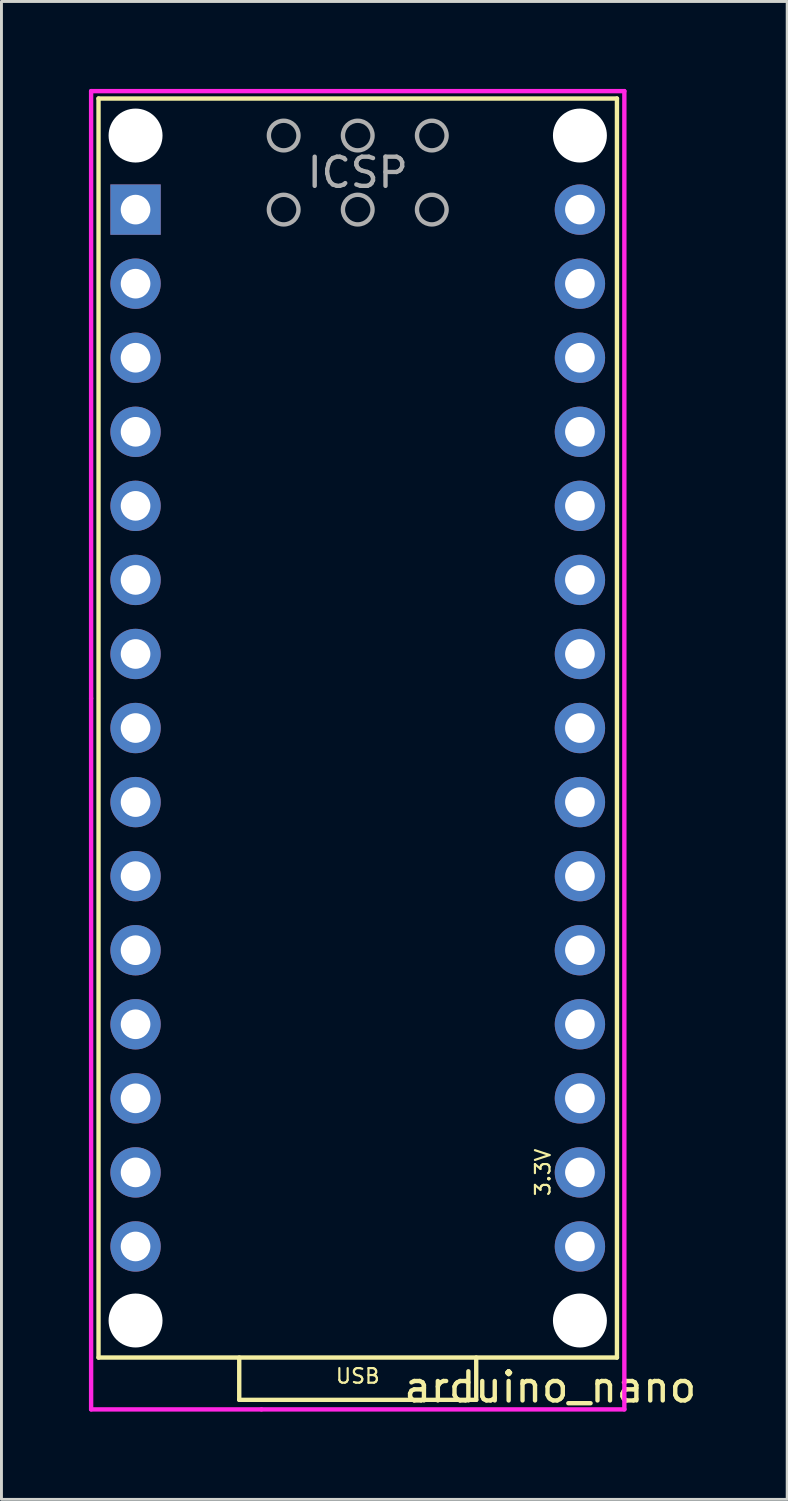
<source format=kicad_pcb>
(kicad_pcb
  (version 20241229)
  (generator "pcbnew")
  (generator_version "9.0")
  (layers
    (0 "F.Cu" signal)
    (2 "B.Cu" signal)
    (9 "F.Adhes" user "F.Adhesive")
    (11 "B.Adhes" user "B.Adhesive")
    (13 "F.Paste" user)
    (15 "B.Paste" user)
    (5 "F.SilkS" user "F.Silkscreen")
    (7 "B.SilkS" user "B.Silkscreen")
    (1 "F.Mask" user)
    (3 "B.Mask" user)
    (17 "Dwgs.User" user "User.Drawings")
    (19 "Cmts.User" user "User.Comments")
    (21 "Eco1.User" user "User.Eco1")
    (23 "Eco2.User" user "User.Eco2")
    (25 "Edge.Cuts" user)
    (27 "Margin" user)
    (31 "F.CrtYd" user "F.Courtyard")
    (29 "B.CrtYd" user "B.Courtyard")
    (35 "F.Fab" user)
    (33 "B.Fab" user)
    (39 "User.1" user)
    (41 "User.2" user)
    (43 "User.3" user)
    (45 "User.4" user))
  (footprint "arduino_nano"
    (layer "F.Cu")
    (at 9.219 43.509)
    (property "Reference" "arduino_nano" (at 6.604 1.016 0) (layer "F.SilkS") (effects (font (size 1 1) (thickness 0.15))))
    (attr through_hole)
    (fp_line (start -8.89 -43.18) (end -8.89 0) (stroke (width 0.15) (type solid)) (layer "F.SilkS"))
    (fp_line (start -8.89 -43.18) (end 8.89 -43.18) (stroke (width 0.15) (type solid)) (layer "F.SilkS"))
    (fp_line (start -8.89 0) (end 8.89 0) (stroke (width 0.15) (type solid)) (layer "F.SilkS"))
    (fp_line (start -4.064 0) (end -4.064 1.45) (stroke (width 0.15) (type solid)) (layer "F.SilkS"))
    (fp_line (start -4.064 1.45) (end 4.064 1.45) (stroke (width 0.15) (type solid)) (layer "F.SilkS"))
    (fp_line (start 4.064 1.45) (end 4.064 0) (stroke (width 0.15) (type solid)) (layer "F.SilkS"))
    (fp_line (start 8.89 -43.18) (end 8.89 0) (stroke (width 0.15) (type solid)) (layer "F.SilkS"))
    (fp_line (start -9.144 -43.434) (end 9.144 -43.434) (stroke (width 0.15) (type solid)) (layer "F.CrtYd"))
    (fp_line (start -9.144 -22.606) (end -9.144 -43.434) (stroke (width 0.15) (type solid)) (layer "F.CrtYd"))
    (fp_line (start -9.144 1.778) (end -9.144 -22.606) (stroke (width 0.15) (type solid)) (layer "F.CrtYd"))
    (fp_line (start -3.302 1.778) (end -9.144 1.778) (stroke (width 0.15) (type solid)) (layer "F.CrtYd"))
    (fp_line (start 9.144 -43.434) (end 9.144 1.778) (stroke (width 0.15) (type solid)) (layer "F.CrtYd"))
    (fp_line (start 9.144 1.778) (end -3.302 1.778) (stroke (width 0.15) (type solid)) (layer "F.CrtYd"))
    (fp_circle (center -2.54 -41.91) (end -2.032 -41.91) (stroke (width 0.15) (type solid)) (fill no) (layer "F.Fab"))
    (fp_circle (center -2.54 -39.37) (end -2.032 -39.37) (stroke (width 0.15) (type solid)) (fill no) (layer "F.Fab"))
    (fp_circle (center 0 -41.91) (end 0.508 -41.91) (stroke (width 0.15) (type solid)) (fill no) (layer "F.Fab"))
    (fp_circle (center 0 -39.37) (end 0.508 -39.37) (stroke (width 0.15) (type solid)) (fill no) (layer "F.Fab"))
    (fp_circle (center 2.54 -41.91) (end 3.048 -41.91) (stroke (width 0.15) (type solid)) (fill no) (layer "F.Fab"))
    (fp_circle (center 2.54 -39.37) (end 3.048 -39.37) (stroke (width 0.15) (type solid)) (fill no) (layer "F.Fab"))
    (fp_text user "3.3V" (at 6.35 -6.35 90) (layer "F.SilkS") (effects (font (size 0.5 0.5) (thickness 0.075))))
    (fp_text user "USB" (at 0 0.635 0) (layer "F.SilkS") (effects (font (size 0.5 0.5) (thickness 0.075))))
    (fp_text user "ICSP" (at 0 -40.64 0) (layer "F.Fab") (effects (font (size 1 1) (thickness 0.15))))
    (pad "" np_thru_hole circle (at -7.62 -41.91) (size 1.85 1.85) (drill 1.85) (layers "*.Cu" "*.Mask"))
    (pad "" np_thru_hole circle (at -7.62 -1.27) (size 1.85 1.85) (drill 1.85) (layers "*.Cu" "*.Mask"))
    (pad "" np_thru_hole circle (at 7.62 -41.91) (size 1.85 1.85) (drill 1.85) (layers "*.Cu" "*.Mask"))
    (pad "" np_thru_hole circle (at 7.62 -1.27) (size 1.85 1.85) (drill 1.85) (layers "*.Cu" "*.Mask"))
    (pad "3V3" thru_hole circle (at 7.62 -6.35) (size 1.727 1.727) (drill 1.016) (layers "*.Cu" "*.Mask"))
    (pad "5V" thru_hole circle (at 7.62 -31.75) (size 1.727 1.727) (drill 1.016) (layers "*.Cu" "*.Mask"))
    (pad "A0" thru_hole circle (at 7.62 -11.43) (size 1.727 1.727) (drill 1.016) (layers "*.Cu" "*.Mask"))
    (pad "A1" thru_hole circle (at 7.62 -13.97) (size 1.727 1.727) (drill 1.016) (layers "*.Cu" "*.Mask"))
    (pad "A2" thru_hole circle (at 7.62 -16.51) (size 1.727 1.727) (drill 1.016) (layers "*.Cu" "*.Mask"))
    (pad "A3" thru_hole circle (at 7.62 -19.05) (size 1.727 1.727) (drill 1.016) (layers "*.Cu" "*.Mask"))
    (pad "A4" thru_hole circle (at 7.62 -21.59) (size 1.727 1.727) (drill 1.016) (layers "*.Cu" "*.Mask"))
    (pad "A5" thru_hole circle (at 7.62 -24.13) (size 1.727 1.727) (drill 1.016) (layers "*.Cu" "*.Mask"))
    (pad "A6" thru_hole circle (at 7.62 -26.67) (size 1.727 1.727) (drill 1.016) (layers "*.Cu" "*.Mask"))
    (pad "A7" thru_hole circle (at 7.62 -29.21) (size 1.727 1.727) (drill 1.016) (layers "*.Cu" "*.Mask"))
    (pad "AREF" thru_hole circle (at 7.62 -8.89) (size 1.727 1.727) (drill 1.016) (layers "*.Cu" "*.Mask"))
    (pad "D0" thru_hole circle (at -7.62 -36.83) (size 1.727 1.727) (drill 1.016) (layers "*.Cu" "*.Mask"))
    (pad "D1" thru_hole rect (at -7.62 -39.37) (size 1.727 1.727) (drill 1.016) (layers "*.Cu" "*.Mask"))
    (pad "D2" thru_hole circle (at -7.62 -29.21) (size 1.727 1.727) (drill 1.016) (layers "*.Cu" "*.Mask"))
    (pad "D3" thru_hole circle (at -7.62 -26.67) (size 1.727 1.727) (drill 1.016) (layers "*.Cu" "*.Mask"))
    (pad "D4" thru_hole circle (at -7.62 -24.13) (size 1.727 1.727) (drill 1.016) (layers "*.Cu" "*.Mask"))
    (pad "D5" thru_hole circle (at -7.62 -21.59) (size 1.727 1.727) (drill 1.016) (layers "*.Cu" "*.Mask"))
    (pad "D6" thru_hole circle (at -7.62 -19.05) (size 1.727 1.727) (drill 1.016) (layers "*.Cu" "*.Mask"))
    (pad "D7" thru_hole circle (at -7.62 -16.51) (size 1.727 1.727) (drill 1.016) (layers "*.Cu" "*.Mask"))
    (pad "D8" thru_hole circle (at -7.62 -13.97) (size 1.727 1.727) (drill 1.016) (layers "*.Cu" "*.Mask"))
    (pad "D9" thru_hole circle (at -7.62 -11.43) (size 1.727 1.727) (drill 1.016) (layers "*.Cu" "*.Mask"))
    (pad "D10" thru_hole circle (at -7.62 -8.89) (size 1.727 1.727) (drill 1.016) (layers "*.Cu" "*.Mask"))
    (pad "D11" thru_hole circle (at -7.62 -6.35) (size 1.727 1.727) (drill 1.016) (layers "*.Cu" "*.Mask"))
    (pad "D12" thru_hole circle (at -7.62 -3.81) (size 1.727 1.727) (drill 1.016) (layers "*.Cu" "*.Mask"))
    (pad "D13" thru_hole circle (at 7.62 -3.81) (size 1.727 1.727) (drill 1.016) (layers "*.Cu" "*.Mask"))
    (pad "GND1" thru_hole circle (at -7.62 -31.75) (size 1.727 1.727) (drill 1.016) (layers "*.Cu" "*.Mask"))
    (pad "GND2" thru_hole circle (at 7.62 -36.83) (size 1.727 1.727) (drill 1.016) (layers "*.Cu" "*.Mask"))
    (pad "RST1" thru_hole circle (at -7.62 -34.29) (size 1.727 1.727) (drill 1.016) (layers "*.Cu" "*.Mask"))
    (pad "RST2" thru_hole circle (at 7.62 -34.29) (size 1.727 1.727) (drill 1.016) (layers "*.Cu" "*.Mask"))
    (pad "VIN" thru_hole circle (at 7.62 -39.37) (size 1.727 1.727) (drill 1.016) (layers "*.Cu" "*.Mask")))
  (gr_rect
    (start -3 -3)
    (end 23.948 48.373)
    (stroke (width 0.1) (type default))
    (fill no)
    (layer "Edge.Cuts")))
</source>
